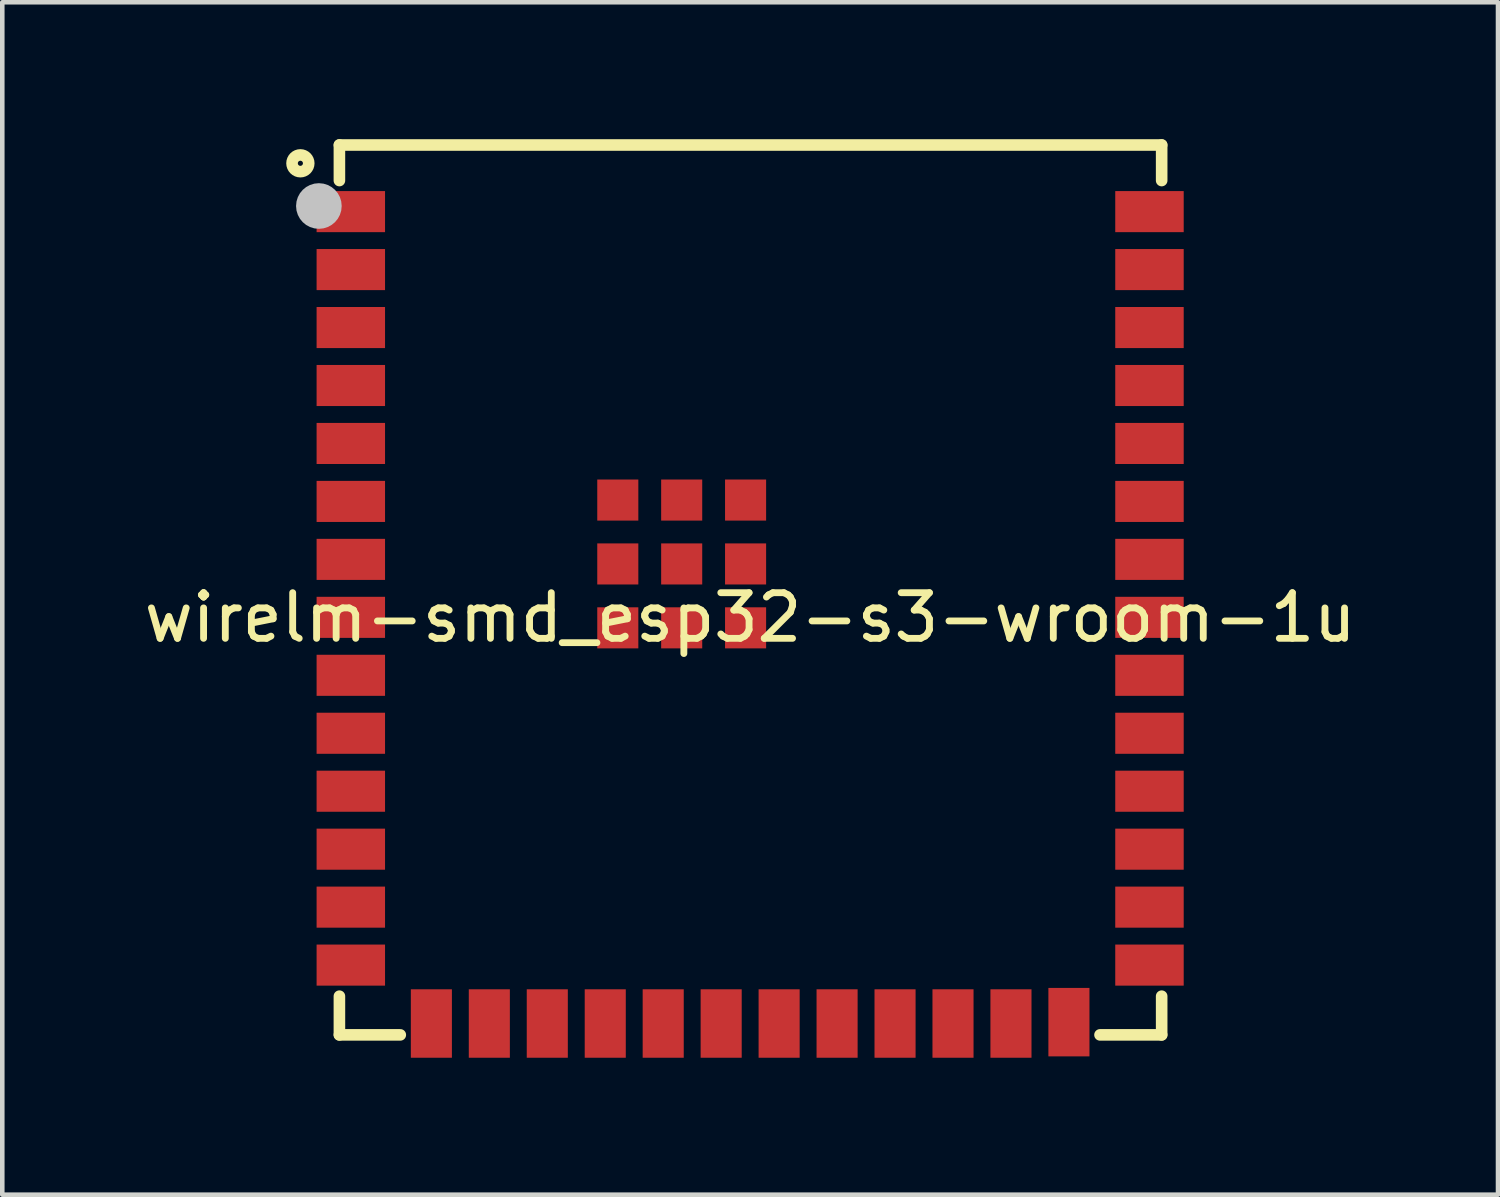
<source format=kicad_pcb>
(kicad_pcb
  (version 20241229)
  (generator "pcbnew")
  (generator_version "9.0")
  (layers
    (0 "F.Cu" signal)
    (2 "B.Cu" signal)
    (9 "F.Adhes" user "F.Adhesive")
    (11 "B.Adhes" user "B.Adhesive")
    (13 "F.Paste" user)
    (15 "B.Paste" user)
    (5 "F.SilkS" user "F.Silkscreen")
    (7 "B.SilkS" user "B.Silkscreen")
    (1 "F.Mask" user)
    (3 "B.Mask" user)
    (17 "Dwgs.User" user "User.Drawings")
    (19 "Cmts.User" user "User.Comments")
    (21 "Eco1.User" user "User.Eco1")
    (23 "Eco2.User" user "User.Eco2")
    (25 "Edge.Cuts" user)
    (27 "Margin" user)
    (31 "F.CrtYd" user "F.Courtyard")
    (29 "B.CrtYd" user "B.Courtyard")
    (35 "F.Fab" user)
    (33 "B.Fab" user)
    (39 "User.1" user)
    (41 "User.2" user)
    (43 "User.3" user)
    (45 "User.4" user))
  (footprint "wirelm-smd_esp32-s3-wroom-1u"
    (layer "F.Cu")
    (at 13.387 10.482)
    (property "Reference" "wirelm-smd_esp32-s3-wroom-1u" (at 0 0 0) (layer "F.SilkS") (effects (font (size 1 1) (thickness 0.15))))
    (fp_line (start -9 -10.355) (end 9.017 -10.355) (stroke (width 0.254) (type default)) (layer "F.SilkS"))
    (fp_line (start -9 -10.355) (end -9 -9.576) (stroke (width 0.254) (type default)) (layer "F.SilkS"))
    (fp_line (start -9 8.296) (end -9 9.144) (stroke (width 0.254) (type default)) (layer "F.SilkS"))
    (fp_line (start -9 9.144) (end -7.666 9.144) (stroke (width 0.254) (type default)) (layer "F.SilkS"))
    (fp_line (start 7.666 9.144) (end 9.017 9.144) (stroke (width 0.254) (type default)) (layer "F.SilkS"))
    (fp_line (start 9.017 -9.576) (end 9.017 -10.355) (stroke (width 0.254) (type default)) (layer "F.SilkS"))
    (fp_line (start 9.017 9.144) (end 9.017 8.296) (stroke (width 0.254) (type default)) (layer "F.SilkS"))
    (fp_circle (center -9.855 -9.954) (end -9.672 -9.954) (stroke (width 0.254) (type default)) (fill no) (layer "F.SilkS"))
    (fp_circle (center -9.45 -9.018) (end -9.2 -9.018) (stroke (width 0.5) (type default)) (fill no) (layer "Dwgs.User"))
    (fp_poly (pts (xy -9 -9.32) (xy -8.1 -9.32) (xy -8.1 -8.47) (xy -9 -8.47)) (stroke (width 0.1) (type default)) (fill no) (layer "User.1"))
    (fp_poly (pts (xy -9 -8.05) (xy -8.1 -8.05) (xy -8.1 -7.2) (xy -9 -7.2)) (stroke (width 0.1) (type default)) (fill no) (layer "User.1"))
    (fp_poly (pts (xy -9 -6.78) (xy -8.1 -6.78) (xy -8.1 -5.93) (xy -9 -5.93)) (stroke (width 0.1) (type default)) (fill no) (layer "User.1"))
    (fp_poly (pts (xy -9 -5.51) (xy -8.1 -5.51) (xy -8.1 -4.66) (xy -9 -4.66)) (stroke (width 0.1) (type default)) (fill no) (layer "User.1"))
    (fp_poly (pts (xy -9 -4.24) (xy -8.1 -4.24) (xy -8.1 -3.39) (xy -9 -3.39)) (stroke (width 0.1) (type default)) (fill no) (layer "User.1"))
    (fp_poly (pts (xy -9 -2.97) (xy -8.1 -2.97) (xy -8.1 -2.12) (xy -9 -2.12)) (stroke (width 0.1) (type default)) (fill no) (layer "User.1"))
    (fp_poly (pts (xy -9 -1.7) (xy -8.1 -1.7) (xy -8.1 -0.85) (xy -9 -0.85)) (stroke (width 0.1) (type default)) (fill no) (layer "User.1"))
    (fp_poly (pts (xy -9 -0.43) (xy -8.1 -0.43) (xy -8.1 0.42) (xy -9 0.42)) (stroke (width 0.1) (type default)) (fill no) (layer "User.1"))
    (fp_poly (pts (xy -9 0.84) (xy -8.1 0.84) (xy -8.1 1.69) (xy -9 1.69)) (stroke (width 0.1) (type default)) (fill no) (layer "User.1"))
    (fp_poly (pts (xy -9 2.11) (xy -8.1 2.11) (xy -8.1 2.96) (xy -9 2.96)) (stroke (width 0.1) (type default)) (fill no) (layer "User.1"))
    (fp_poly (pts (xy -9 3.38) (xy -8.1 3.38) (xy -8.1 4.23) (xy -9 4.23)) (stroke (width 0.1) (type default)) (fill no) (layer "User.1"))
    (fp_poly (pts (xy -9 4.65) (xy -8.1 4.65) (xy -8.1 5.5) (xy -9 5.5)) (stroke (width 0.1) (type default)) (fill no) (layer "User.1"))
    (fp_poly (pts (xy -9 5.92) (xy -8.1 5.92) (xy -8.1 6.77) (xy -9 6.77)) (stroke (width 0.1) (type default)) (fill no) (layer "User.1"))
    (fp_poly (pts (xy -9 7.19) (xy -8.1 7.19) (xy -8.1 8.04) (xy -9 8.04)) (stroke (width 0.1) (type default)) (fill no) (layer "User.1"))
    (fp_poly (pts (xy -6.56 8.195) (xy -6.56 9.095) (xy -7.41 9.095) (xy -7.41 8.195)) (stroke (width 0.1) (type default)) (fill no) (layer "User.1"))
    (fp_poly (pts (xy -5.29 8.195) (xy -5.29 9.095) (xy -6.14 9.095) (xy -6.14 8.195)) (stroke (width 0.1) (type default)) (fill no) (layer "User.1"))
    (fp_poly (pts (xy -4.02 8.195) (xy -4.02 9.095) (xy -4.87 9.095) (xy -4.87 8.195)) (stroke (width 0.1) (type default)) (fill no) (layer "User.1"))
    (fp_poly (pts (xy -3.35 -2.125) (xy -3.35 -3.025) (xy -2.45 -3.025) (xy -2.45 -2.125)) (stroke (width 0.1) (type default)) (fill no) (layer "User.1"))
    (fp_poly (pts (xy -3.35 -0.725) (xy -3.35 -1.625) (xy -2.45 -1.625) (xy -2.45 -0.725)) (stroke (width 0.1) (type default)) (fill no) (layer "User.1"))
    (fp_poly (pts (xy -3.35 0.675) (xy -3.35 -0.225) (xy -2.45 -0.225) (xy -2.45 0.675)) (stroke (width 0.1) (type default)) (fill no) (layer "User.1"))
    (fp_poly (pts (xy -2.75 8.195) (xy -2.75 9.095) (xy -3.6 9.095) (xy -3.6 8.195)) (stroke (width 0.1) (type default)) (fill no) (layer "User.1"))
    (fp_poly (pts (xy -1.95 -2.125) (xy -1.95 -3.025) (xy -1.05 -3.025) (xy -1.05 -2.125)) (stroke (width 0.1) (type default)) (fill no) (layer "User.1"))
    (fp_poly (pts (xy -1.95 -0.725) (xy -1.95 -1.625) (xy -1.05 -1.625) (xy -1.05 -0.725)) (stroke (width 0.1) (type default)) (fill no) (layer "User.1"))
    (fp_poly (pts (xy -1.95 0.675) (xy -1.95 -0.225) (xy -1.05 -0.225) (xy -1.05 0.675)) (stroke (width 0.1) (type default)) (fill no) (layer "User.1"))
    (fp_poly (pts (xy -1.48 8.195) (xy -1.48 9.095) (xy -2.33 9.095) (xy -2.33 8.195)) (stroke (width 0.1) (type default)) (fill no) (layer "User.1"))
    (fp_poly (pts (xy -0.55 -2.125) (xy -0.55 -3.025) (xy 0.35 -3.025) (xy 0.35 -2.125)) (stroke (width 0.1) (type default)) (fill no) (layer "User.1"))
    (fp_poly (pts (xy -0.55 -0.725) (xy -0.55 -1.625) (xy 0.35 -1.625) (xy 0.35 -0.725)) (stroke (width 0.1) (type default)) (fill no) (layer "User.1"))
    (fp_poly (pts (xy -0.55 0.675) (xy -0.55 -0.225) (xy 0.35 -0.225) (xy 0.35 0.675)) (stroke (width 0.1) (type default)) (fill no) (layer "User.1"))
    (fp_poly (pts (xy -0.21 8.195) (xy -0.21 9.095) (xy -1.06 9.095) (xy -1.06 8.195)) (stroke (width 0.1) (type default)) (fill no) (layer "User.1"))
    (fp_poly (pts (xy 1.06 8.195) (xy 1.06 9.095) (xy 0.21 9.095) (xy 0.21 8.195)) (stroke (width 0.1) (type default)) (fill no) (layer "User.1"))
    (fp_poly (pts (xy 2.33 8.195) (xy 2.33 9.095) (xy 1.48 9.095) (xy 1.48 8.195)) (stroke (width 0.1) (type default)) (fill no) (layer "User.1"))
    (fp_poly (pts (xy 3.6 8.195) (xy 3.6 9.095) (xy 2.75 9.095) (xy 2.75 8.195)) (stroke (width 0.1) (type default)) (fill no) (layer "User.1"))
    (fp_poly (pts (xy 4.87 8.195) (xy 4.87 9.095) (xy 4.02 9.095) (xy 4.02 8.195)) (stroke (width 0.1) (type default)) (fill no) (layer "User.1"))
    (fp_poly (pts (xy 6.14 8.195) (xy 6.14 9.095) (xy 5.29 9.095) (xy 5.29 8.195)) (stroke (width 0.1) (type default)) (fill no) (layer "User.1"))
    (fp_poly (pts (xy 7.41 8.195) (xy 7.41 9.095) (xy 6.56 9.095) (xy 6.56 8.195)) (stroke (width 0.1) (type default)) (fill no) (layer "User.1"))
    (fp_poly (pts (xy 8.999 -8.47) (xy 8.1 -8.47) (xy 8.1 -9.32) (xy 8.999 -9.32)) (stroke (width 0.1) (type default)) (fill no) (layer "User.1"))
    (fp_poly (pts (xy 8.999 -7.2) (xy 8.1 -7.2) (xy 8.1 -8.05) (xy 8.999 -8.05)) (stroke (width 0.1) (type default)) (fill no) (layer "User.1"))
    (fp_poly (pts (xy 8.999 -5.93) (xy 8.1 -5.93) (xy 8.1 -6.78) (xy 8.999 -6.78)) (stroke (width 0.1) (type default)) (fill no) (layer "User.1"))
    (fp_poly (pts (xy 8.999 -4.66) (xy 8.1 -4.66) (xy 8.1 -5.51) (xy 8.999 -5.51)) (stroke (width 0.1) (type default)) (fill no) (layer "User.1"))
    (fp_poly (pts (xy 8.999 -3.39) (xy 8.1 -3.39) (xy 8.1 -4.24) (xy 8.999 -4.24)) (stroke (width 0.1) (type default)) (fill no) (layer "User.1"))
    (fp_poly (pts (xy 8.999 -2.12) (xy 8.1 -2.12) (xy 8.1 -2.97) (xy 8.999 -2.97)) (stroke (width 0.1) (type default)) (fill no) (layer "User.1"))
    (fp_poly (pts (xy 8.999 -0.85) (xy 8.1 -0.85) (xy 8.1 -1.7) (xy 8.999 -1.7)) (stroke (width 0.1) (type default)) (fill no) (layer "User.1"))
    (fp_poly (pts (xy 8.999 0.42) (xy 8.1 0.42) (xy 8.1 -0.43) (xy 8.999 -0.43)) (stroke (width 0.1) (type default)) (fill no) (layer "User.1"))
    (fp_poly (pts (xy 8.999 1.69) (xy 8.1 1.69) (xy 8.1 0.84) (xy 8.999 0.84)) (stroke (width 0.1) (type default)) (fill no) (layer "User.1"))
    (fp_poly (pts (xy 8.999 2.96) (xy 8.1 2.96) (xy 8.1 2.11) (xy 8.999 2.11)) (stroke (width 0.1) (type default)) (fill no) (layer "User.1"))
    (fp_poly (pts (xy 8.999 4.23) (xy 8.1 4.23) (xy 8.1 3.38) (xy 8.999 3.38)) (stroke (width 0.1) (type default)) (fill no) (layer "User.1"))
    (fp_poly (pts (xy 8.999 5.5) (xy 8.1 5.5) (xy 8.1 4.65) (xy 8.999 4.65)) (stroke (width 0.1) (type default)) (fill no) (layer "User.1"))
    (fp_poly (pts (xy 8.999 6.77) (xy 8.1 6.77) (xy 8.1 5.92) (xy 8.999 5.92)) (stroke (width 0.1) (type default)) (fill no) (layer "User.1"))
    (fp_poly (pts (xy 8.999 8.04) (xy 8.1 8.04) (xy 8.1 7.19) (xy 8.999 7.19)) (stroke (width 0.1) (type default)) (fill no) (layer "User.1"))
    (fp_line (start -9 -10.105) (end 8.999 -10.105) (stroke (width 0.051) (type default)) (layer "User.2"))
    (fp_line (start -9 9.095) (end -9 -10.105) (stroke (width 0.051) (type default)) (layer "User.2"))
    (fp_line (start 8.999 -10.105) (end 8.999 9.095) (stroke (width 0.051) (type default)) (layer "User.2"))
    (fp_line (start 8.999 9.095) (end -9 9.095) (stroke (width 0.051) (type default)) (layer "User.2"))
    (fp_poly (pts (xy -8.94 -10.105) (xy -8.958 -10.147) (xy -9 -10.165) (xy -9.042 -10.147) (xy -9.06 -10.105) (xy -9.042 -10.063) (xy -9 -10.045) (xy -8.958 -10.063)) (stroke (width 0.1) (type default)) (fill no) (layer "User.3"))
    (pad "1" smd rect (at -8.75 -8.895) (size 1.5 0.9) (layers "F.Cu" "F.Mask" "F.Paste"))
    (pad "2" smd rect (at -8.75 -7.625) (size 1.5 0.9) (layers "F.Cu" "F.Mask" "F.Paste"))
    (pad "3" smd rect (at -8.75 -6.355) (size 1.5 0.9) (layers "F.Cu" "F.Mask" "F.Paste"))
    (pad "4" smd rect (at -8.75 -5.085) (size 1.5 0.9) (layers "F.Cu" "F.Mask" "F.Paste"))
    (pad "5" smd rect (at -8.75 -3.815) (size 1.5 0.9) (layers "F.Cu" "F.Mask" "F.Paste"))
    (pad "6" smd rect (at -8.75 -2.545) (size 1.5 0.9) (layers "F.Cu" "F.Mask" "F.Paste"))
    (pad "7" smd rect (at -8.75 -1.275) (size 1.5 0.9) (layers "F.Cu" "F.Mask" "F.Paste"))
    (pad "8" smd rect (at -8.75 -0.005) (size 1.5 0.9) (layers "F.Cu" "F.Mask" "F.Paste"))
    (pad "9" smd rect (at -8.75 1.265) (size 1.5 0.9) (layers "F.Cu" "F.Mask" "F.Paste"))
    (pad "10" smd rect (at -8.75 2.535) (size 1.5 0.9) (layers "F.Cu" "F.Mask" "F.Paste"))
    (pad "11" smd rect (at -8.75 3.805) (size 1.5 0.9) (layers "F.Cu" "F.Mask" "F.Paste"))
    (pad "12" smd rect (at -8.75 5.075) (size 1.5 0.9) (layers "F.Cu" "F.Mask" "F.Paste"))
    (pad "13" smd rect (at -8.75 6.345) (size 1.5 0.9) (layers "F.Cu" "F.Mask" "F.Paste"))
    (pad "14" smd rect (at -8.75 7.615) (size 1.5 0.9) (layers "F.Cu" "F.Mask" "F.Paste"))
    (pad "15" smd rect (at -6.985 8.895 90) (size 1.5 0.9) (layers "F.Cu" "F.Mask" "F.Paste"))
    (pad "16" smd rect (at -5.715 8.895 90) (size 1.5 0.9) (layers "F.Cu" "F.Mask" "F.Paste"))
    (pad "17" smd rect (at -4.445 8.895 90) (size 1.5 0.9) (layers "F.Cu" "F.Mask" "F.Paste"))
    (pad "18" smd rect (at -3.175 8.895 90) (size 1.5 0.9) (layers "F.Cu" "F.Mask" "F.Paste"))
    (pad "19" smd rect (at -1.905 8.895 90) (size 1.5 0.9) (layers "F.Cu" "F.Mask" "F.Paste"))
    (pad "20" smd rect (at -0.635 8.895 90) (size 1.5 0.9) (layers "F.Cu" "F.Mask" "F.Paste"))
    (pad "21" smd rect (at 0.635 8.895 90) (size 1.5 0.9) (layers "F.Cu" "F.Mask" "F.Paste"))
    (pad "22" smd rect (at 1.905 8.895 90) (size 1.5 0.9) (layers "F.Cu" "F.Mask" "F.Paste"))
    (pad "23" smd rect (at 3.175 8.895 90) (size 1.5 0.9) (layers "F.Cu" "F.Mask" "F.Paste"))
    (pad "24" smd rect (at 4.445 8.895 90) (size 1.5 0.9) (layers "F.Cu" "F.Mask" "F.Paste"))
    (pad "25" smd rect (at 5.715 8.895 90) (size 1.5 0.9) (layers "F.Cu" "F.Mask" "F.Paste"))
    (pad "26" smd rect (at 6.985 8.865 90) (size 1.5 0.9) (layers "F.Cu" "F.Mask" "F.Paste"))
    (pad "27" smd rect (at 8.75 7.615 180) (size 1.5 0.9) (layers "F.Cu" "F.Mask" "F.Paste"))
    (pad "28" smd rect (at 8.75 6.345 180) (size 1.5 0.9) (layers "F.Cu" "F.Mask" "F.Paste"))
    (pad "29" smd rect (at 8.75 5.075 180) (size 1.5 0.9) (layers "F.Cu" "F.Mask" "F.Paste"))
    (pad "30" smd rect (at 8.75 3.805 180) (size 1.5 0.9) (layers "F.Cu" "F.Mask" "F.Paste"))
    (pad "31" smd rect (at 8.75 2.535 180) (size 1.5 0.9) (layers "F.Cu" "F.Mask" "F.Paste"))
    (pad "32" smd rect (at 8.75 1.265 180) (size 1.5 0.9) (layers "F.Cu" "F.Mask" "F.Paste"))
    (pad "33" smd rect (at 8.75 -0.005 180) (size 1.5 0.9) (layers "F.Cu" "F.Mask" "F.Paste"))
    (pad "34" smd rect (at 8.75 -1.275 180) (size 1.5 0.9) (layers "F.Cu" "F.Mask" "F.Paste"))
    (pad "35" smd rect (at 8.75 -2.545 180) (size 1.5 0.9) (layers "F.Cu" "F.Mask" "F.Paste"))
    (pad "36" smd rect (at 8.75 -3.815 180) (size 1.5 0.9) (layers "F.Cu" "F.Mask" "F.Paste"))
    (pad "37" smd rect (at 8.75 -5.085 180) (size 1.5 0.9) (layers "F.Cu" "F.Mask" "F.Paste"))
    (pad "38" smd rect (at 8.75 -6.355 180) (size 1.5 0.9) (layers "F.Cu" "F.Mask" "F.Paste"))
    (pad "39" smd rect (at 8.75 -7.625 180) (size 1.5 0.9) (layers "F.Cu" "F.Mask" "F.Paste"))
    (pad "40" smd rect (at 8.75 -8.895 180) (size 1.5 0.9) (layers "F.Cu" "F.Mask" "F.Paste"))
    (pad "41" smd rect (at -2.9 -2.575 90) (size 0.9 0.9) (layers "F.Cu" "F.Mask" "F.Paste"))
    (pad "41" smd rect (at -2.9 -1.175 90) (size 0.9 0.9) (layers "F.Cu" "F.Mask" "F.Paste"))
    (pad "41" smd rect (at -2.9 0.225 90) (size 0.9 0.9) (layers "F.Cu" "F.Mask" "F.Paste"))
    (pad "41" smd rect (at -1.5 -2.575 90) (size 0.9 0.9) (layers "F.Cu" "F.Mask" "F.Paste"))
    (pad "41" smd rect (at -1.5 -1.175 90) (size 0.9 0.9) (layers "F.Cu" "F.Mask" "F.Paste"))
    (pad "41" smd rect (at -1.5 0.225 90) (size 0.9 0.9) (layers "F.Cu" "F.Mask" "F.Paste"))
    (pad "41" smd rect (at -0.1 -2.575 90) (size 0.9 0.9) (layers "F.Cu" "F.Mask" "F.Paste"))
    (pad "41" smd rect (at -0.1 -1.175 90) (size 0.9 0.9) (layers "F.Cu" "F.Mask" "F.Paste"))
    (pad "41" smd rect (at -0.1 0.225 90) (size 0.9 0.9) (layers "F.Cu" "F.Mask" "F.Paste")))
  (gr_rect
    (start -3 -3)
    (end 29.774 23.128)
    (stroke (width 0.1) (type default))
    (fill no)
    (layer "Edge.Cuts")))
</source>
